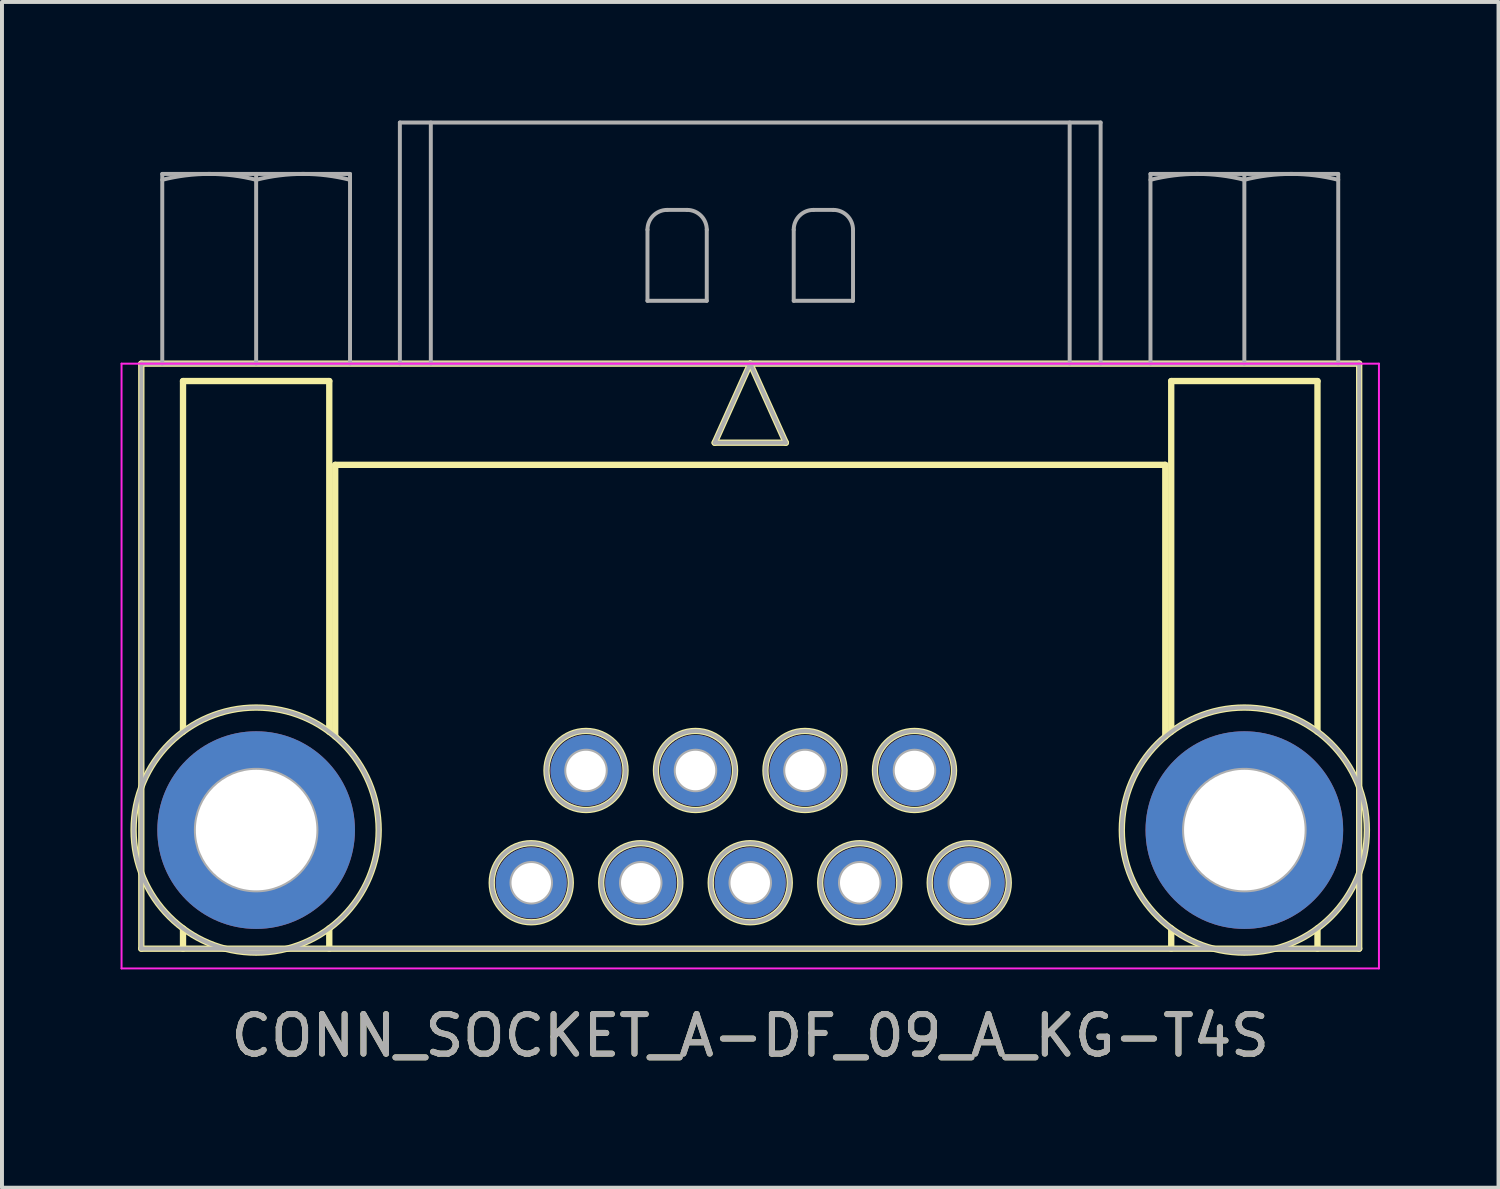
<source format=kicad_pcb>
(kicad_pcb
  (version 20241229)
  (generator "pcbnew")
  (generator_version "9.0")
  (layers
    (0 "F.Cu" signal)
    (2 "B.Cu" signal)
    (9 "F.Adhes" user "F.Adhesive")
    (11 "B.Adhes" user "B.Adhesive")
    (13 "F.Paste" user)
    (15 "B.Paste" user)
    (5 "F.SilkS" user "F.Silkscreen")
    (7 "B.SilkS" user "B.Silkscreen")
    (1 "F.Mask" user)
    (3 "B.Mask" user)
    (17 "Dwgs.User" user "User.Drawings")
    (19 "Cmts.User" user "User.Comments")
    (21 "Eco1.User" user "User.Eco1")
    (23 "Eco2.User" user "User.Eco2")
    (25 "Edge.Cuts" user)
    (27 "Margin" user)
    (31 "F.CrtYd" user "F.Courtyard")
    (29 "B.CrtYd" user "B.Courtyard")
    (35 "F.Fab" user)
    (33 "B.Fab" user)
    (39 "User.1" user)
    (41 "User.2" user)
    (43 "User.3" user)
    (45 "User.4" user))
  (footprint "CONN_SOCKET_A-DF_09_A_KG-T4S"
    (layer "F.Cu")
    (at 15.93 19.283)
    (property "Reference" "CONN_SOCKET_A-DF_09_A_KG-T4S" (at 0 3.867 180) (layer "F.SilkS") (effects (font (size 1 1) (thickness 0.15))))
    (attr through_hole)
    (fp_line (start -15.405 -13.133) (end 15.405 -13.133) (stroke (width 0.16) (type solid)) (layer "F.SilkS"))
    (fp_line (start -15.405 1.667) (end -15.405 -13.133) (stroke (width 0.16) (type solid)) (layer "F.SilkS"))
    (fp_line (start -14.35 -12.693) (end -14.35 -3.82) (stroke (width 0.16) (type solid)) (layer "F.SilkS"))
    (fp_line (start -14.35 1.667) (end -14.35 1.154) (stroke (width 0.16) (type solid)) (layer "F.SilkS"))
    (fp_line (start -10.65 -12.693) (end -14.35 -12.693) (stroke (width 0.16) (type solid)) (layer "F.SilkS"))
    (fp_line (start -10.65 -3.82) (end -10.65 -12.693) (stroke (width 0.16) (type solid)) (layer "F.SilkS"))
    (fp_line (start -10.65 1.667) (end -10.65 1.154) (stroke (width 0.16) (type solid)) (layer "F.SilkS"))
    (fp_line (start -10.5 -10.573) (end -10.5 -3.702) (stroke (width 0.16) (type solid)) (layer "F.SilkS"))
    (fp_line (start -0.9 -11.133) (end 0.9 -11.133) (stroke (width 0.16) (type solid)) (layer "F.SilkS"))
    (fp_line (start 0 -13.133) (end -0.9 -11.133) (stroke (width 0.16) (type solid)) (layer "F.SilkS"))
    (fp_line (start 0.9 -11.133) (end 0 -13.133) (stroke (width 0.16) (type solid)) (layer "F.SilkS"))
    (fp_line (start 10.5 -10.573) (end -10.5 -10.573) (stroke (width 0.16) (type solid)) (layer "F.SilkS"))
    (fp_line (start 10.5 -3.702) (end 10.5 -10.573) (stroke (width 0.16) (type solid)) (layer "F.SilkS"))
    (fp_line (start 10.65 -12.693) (end 14.35 -12.693) (stroke (width 0.16) (type solid)) (layer "F.SilkS"))
    (fp_line (start 10.65 -3.82) (end 10.65 -12.693) (stroke (width 0.16) (type solid)) (layer "F.SilkS"))
    (fp_line (start 10.65 1.667) (end 10.65 1.154) (stroke (width 0.16) (type solid)) (layer "F.SilkS"))
    (fp_line (start 14.35 -12.693) (end 14.35 -3.82) (stroke (width 0.16) (type solid)) (layer "F.SilkS"))
    (fp_line (start 14.35 1.667) (end 14.35 1.154) (stroke (width 0.16) (type solid)) (layer "F.SilkS"))
    (fp_line (start 15.405 -13.133) (end 15.405 1.667) (stroke (width 0.16) (type solid)) (layer "F.SilkS"))
    (fp_line (start 15.405 1.667) (end -15.405 1.667) (stroke (width 0.16) (type solid)) (layer "F.SilkS"))
    (fp_circle (center -12.5 -1.333) (end -9.4 -1.333) (stroke (width 0.16) (type solid)) (fill no) (layer "F.SilkS"))
    (fp_circle (center -5.54 -0.001) (end -4.54 -0.001) (stroke (width 0.16) (type solid)) (fill no) (layer "F.SilkS"))
    (fp_circle (center -4.155 -2.841) (end -3.155 -2.841) (stroke (width 0.16) (type solid)) (fill no) (layer "F.SilkS"))
    (fp_circle (center -2.77 -0.001) (end -1.77 -0.001) (stroke (width 0.16) (type solid)) (fill no) (layer "F.SilkS"))
    (fp_circle (center -1.385 -2.841) (end -0.385 -2.841) (stroke (width 0.16) (type solid)) (fill no) (layer "F.SilkS"))
    (fp_circle (center -0.000003 -0.001) (end 1 -0.001) (stroke (width 0.16) (type solid)) (fill no) (layer "F.SilkS"))
    (fp_circle (center 1.385 -2.841) (end 2.385 -2.841) (stroke (width 0.16) (type solid)) (fill no) (layer "F.SilkS"))
    (fp_circle (center 2.77 -0.001) (end 3.77 -0.001) (stroke (width 0.16) (type solid)) (fill no) (layer "F.SilkS"))
    (fp_circle (center 4.155 -2.841) (end 5.155 -2.841) (stroke (width 0.16) (type solid)) (fill no) (layer "F.SilkS"))
    (fp_circle (center 5.54 -0.001) (end 6.54 -0.001) (stroke (width 0.16) (type solid)) (fill no) (layer "F.SilkS"))
    (fp_circle (center 12.5 -1.333) (end 15.6 -1.333) (stroke (width 0.16) (type solid)) (fill no) (layer "F.SilkS"))
    (fp_line (start -15.905 -13.133) (end -15.905 2.167) (stroke (width 0.05) (type solid)) (layer "F.CrtYd"))
    (fp_line (start -15.905 2.167) (end 15.905 2.167) (stroke (width 0.05) (type solid)) (layer "F.CrtYd"))
    (fp_line (start 15.905 -13.133) (end -15.905 -13.133) (stroke (width 0.05) (type solid)) (layer "F.CrtYd"))
    (fp_line (start 15.905 2.167) (end 15.905 -13.133) (stroke (width 0.05) (type solid)) (layer "F.CrtYd"))
    (fp_line (start -15.405 -13.133) (end 15.405 -13.133) (stroke (width 0.1) (type solid)) (layer "F.Fab"))
    (fp_line (start -15.405 1.667) (end -15.405 -13.133) (stroke (width 0.1) (type solid)) (layer "F.Fab"))
    (fp_line (start -14.875 -17.933) (end -14.875 -13.133) (stroke (width 0.1) (type solid)) (layer "F.Fab"))
    (fp_line (start -12.5 -17.933) (end -12.5 -13.133) (stroke (width 0.1) (type solid)) (layer "F.Fab"))
    (fp_line (start -10.125 -17.933) (end -14.875 -17.933) (stroke (width 0.1) (type solid)) (layer "F.Fab"))
    (fp_line (start -10.125 -17.933) (end -10.125 -13.133) (stroke (width 0.1) (type solid)) (layer "F.Fab"))
    (fp_line (start -8.864 -19.233) (end -8.864 -13.133) (stroke (width 0.1) (type solid)) (layer "F.Fab"))
    (fp_line (start -8.081 -19.233) (end -8.081 -13.133) (stroke (width 0.1) (type solid)) (layer "F.Fab"))
    (fp_line (start -2.6 -14.723) (end -2.6 -16.523) (stroke (width 0.1) (type solid)) (layer "F.Fab"))
    (fp_line (start -2.1 -17.023) (end -1.6 -17.023) (stroke (width 0.1) (type solid)) (layer "F.Fab"))
    (fp_line (start -1.1 -16.523) (end -1.1 -14.723) (stroke (width 0.1) (type solid)) (layer "F.Fab"))
    (fp_line (start -1.1 -14.723) (end -2.6 -14.723) (stroke (width 0.1) (type solid)) (layer "F.Fab"))
    (fp_line (start -0.9 -11.133) (end 0.9 -11.133) (stroke (width 0.1) (type solid)) (layer "F.Fab"))
    (fp_line (start 0 -13.133) (end -0.9 -11.133) (stroke (width 0.1) (type solid)) (layer "F.Fab"))
    (fp_line (start 0.9 -11.133) (end 0 -13.133) (stroke (width 0.1) (type solid)) (layer "F.Fab"))
    (fp_line (start 1.1 -14.723) (end 1.1 -16.523) (stroke (width 0.1) (type solid)) (layer "F.Fab"))
    (fp_line (start 1.6 -17.023) (end 2.1 -17.023) (stroke (width 0.1) (type solid)) (layer "F.Fab"))
    (fp_line (start 2.6 -16.523) (end 2.6 -14.723) (stroke (width 0.1) (type solid)) (layer "F.Fab"))
    (fp_line (start 2.6 -14.723) (end 1.1 -14.723) (stroke (width 0.1) (type solid)) (layer "F.Fab"))
    (fp_line (start 8.081 -19.233) (end 8.081 -13.133) (stroke (width 0.1) (type solid)) (layer "F.Fab"))
    (fp_line (start 8.864 -19.233) (end -8.864 -19.233) (stroke (width 0.1) (type solid)) (layer "F.Fab"))
    (fp_line (start 8.864 -19.233) (end 8.864 -13.133) (stroke (width 0.1) (type solid)) (layer "F.Fab"))
    (fp_line (start 10.125 -17.933) (end 10.125 -13.133) (stroke (width 0.1) (type solid)) (layer "F.Fab"))
    (fp_line (start 12.5 -17.933) (end 12.5 -13.133) (stroke (width 0.1) (type solid)) (layer "F.Fab"))
    (fp_line (start 14.875 -17.933) (end 10.125 -17.933) (stroke (width 0.1) (type solid)) (layer "F.Fab"))
    (fp_line (start 14.875 -17.933) (end 14.875 -13.133) (stroke (width 0.1) (type solid)) (layer "F.Fab"))
    (fp_line (start 15.405 -13.133) (end 15.405 1.667) (stroke (width 0.1) (type solid)) (layer "F.Fab"))
    (fp_line (start 15.405 1.667) (end -15.405 1.667) (stroke (width 0.1) (type solid)) (layer "F.Fab"))
    (fp_arc (start -14.875 -17.783789) (mid -13.687501 -17.932999) (end -12.500001 -17.783789) (stroke (width 0.1) (type solid)) (layer "F.Fab"))
    (fp_arc (start -12.5 -17.783789) (mid -11.3125 -17.932999) (end -10.125 -17.783789) (stroke (width 0.1) (type solid)) (layer "F.Fab"))
    (fp_arc (start -2.600002 -16.523001) (mid -2.453555 -16.876554) (end -2.100002 -17.023001) (stroke (width 0.1) (type solid)) (layer "F.Fab"))
    (fp_arc (start -1.600001 -17.023001) (mid -1.246447 -16.876555) (end -1.100001 -16.523001) (stroke (width 0.1) (type solid)) (layer "F.Fab"))
    (fp_arc (start 1.099998 -16.523001) (mid 1.246445 -16.876554) (end 1.599998 -17.023001) (stroke (width 0.1) (type solid)) (layer "F.Fab"))
    (fp_arc (start 2.099999 -17.023001) (mid 2.453552 -16.876554) (end 2.599999 -16.523001) (stroke (width 0.1) (type solid)) (layer "F.Fab"))
    (fp_arc (start 10.125 -17.783789) (mid 11.3125 -17.932999) (end 12.499999 -17.783789) (stroke (width 0.1) (type solid)) (layer "F.Fab"))
    (fp_arc (start 12.5 -17.783789) (mid 13.6875 -17.932999) (end 14.875 -17.783789) (stroke (width 0.1) (type solid)) (layer "F.Fab"))
    (fp_circle (center -12.5 -1.333) (end -10.975 -1.333) (stroke (width 0.1) (type solid)) (fill no) (layer "F.Fab"))
    (fp_circle (center -12.5 -1.333) (end -9.4 -1.333) (stroke (width 0.1) (type solid)) (fill no) (layer "F.Fab"))
    (fp_circle (center -5.54 -0.001) (end -5.04 -0.001) (stroke (width 0.1) (type solid)) (fill no) (layer "F.Fab"))
    (fp_circle (center -5.54 -0.001) (end -4.54 -0.001) (stroke (width 0.1) (type solid)) (fill no) (layer "F.Fab"))
    (fp_circle (center -4.155 -2.841) (end -3.655 -2.841) (stroke (width 0.1) (type solid)) (fill no) (layer "F.Fab"))
    (fp_circle (center -4.155 -2.841) (end -3.155 -2.841) (stroke (width 0.1) (type solid)) (fill no) (layer "F.Fab"))
    (fp_circle (center -2.77 -0.001) (end -2.27 -0.001) (stroke (width 0.1) (type solid)) (fill no) (layer "F.Fab"))
    (fp_circle (center -2.77 -0.001) (end -1.77 -0.001) (stroke (width 0.1) (type solid)) (fill no) (layer "F.Fab"))
    (fp_circle (center -1.385 -2.841) (end -0.885 -2.841) (stroke (width 0.1) (type solid)) (fill no) (layer "F.Fab"))
    (fp_circle (center -1.385 -2.841) (end -0.385 -2.841) (stroke (width 0.1) (type solid)) (fill no) (layer "F.Fab"))
    (fp_circle (center -0.000003 -0.001) (end 0.5 -0.001) (stroke (width 0.1) (type solid)) (fill no) (layer "F.Fab"))
    (fp_circle (center -0.000003 -0.001) (end 1 -0.001) (stroke (width 0.1) (type solid)) (fill no) (layer "F.Fab"))
    (fp_circle (center 1.385 -2.841) (end 1.885 -2.841) (stroke (width 0.1) (type solid)) (fill no) (layer "F.Fab"))
    (fp_circle (center 1.385 -2.841) (end 2.385 -2.841) (stroke (width 0.1) (type solid)) (fill no) (layer "F.Fab"))
    (fp_circle (center 2.77 -0.001) (end 3.27 -0.001) (stroke (width 0.1) (type solid)) (fill no) (layer "F.Fab"))
    (fp_circle (center 2.77 -0.001) (end 3.77 -0.001) (stroke (width 0.1) (type solid)) (fill no) (layer "F.Fab"))
    (fp_circle (center 4.155 -2.841) (end 4.655 -2.841) (stroke (width 0.1) (type solid)) (fill no) (layer "F.Fab"))
    (fp_circle (center 4.155 -2.841) (end 5.155 -2.841) (stroke (width 0.1) (type solid)) (fill no) (layer "F.Fab"))
    (fp_circle (center 5.54 -0.001) (end 6.04 -0.001) (stroke (width 0.1) (type solid)) (fill no) (layer "F.Fab"))
    (fp_circle (center 5.54 -0.001) (end 6.54 -0.001) (stroke (width 0.1) (type solid)) (fill no) (layer "F.Fab"))
    (fp_circle (center 12.5 -1.333) (end 14.025 -1.333) (stroke (width 0.1) (type solid)) (fill no) (layer "F.Fab"))
    (fp_circle (center 12.5 -1.333) (end 15.6 -1.333) (stroke (width 0.1) (type solid)) (fill no) (layer "F.Fab"))
    (fp_text user "${REFERENCE}" (at 0 3.867 180) (layer "F.Fab") (effects (font (size 1 1) (thickness 0.15))))
    (pad "1" thru_hole circle (at -5.54 0 180) (size 1.8 1.8) (drill 1) (layers "*.Cu" "*.Mask"))
    (pad "2" thru_hole circle (at -2.77 0 180) (size 1.8 1.8) (drill 1) (layers "*.Cu" "*.Mask"))
    (pad "3" thru_hole circle (at 0 0 180) (size 1.8 1.8) (drill 1) (layers "*.Cu" "*.Mask"))
    (pad "4" thru_hole circle (at 2.77 0 180) (size 1.8 1.8) (drill 1) (layers "*.Cu" "*.Mask"))
    (pad "5" thru_hole circle (at 5.54 0 180) (size 1.8 1.8) (drill 1) (layers "*.Cu" "*.Mask"))
    (pad "6" thru_hole circle (at -4.155 -2.84 180) (size 1.8 1.8) (drill 1) (layers "*.Cu" "*.Mask"))
    (pad "7" thru_hole circle (at -1.385 -2.84 180) (size 1.8 1.8) (drill 1) (layers "*.Cu" "*.Mask"))
    (pad "8" thru_hole circle (at 1.385 -2.84 180) (size 1.8 1.8) (drill 1) (layers "*.Cu" "*.Mask"))
    (pad "9" thru_hole circle (at 4.155 -2.84 180) (size 1.8 1.8) (drill 1) (layers "*.Cu" "*.Mask"))
    (pad "10" thru_hole circle (at 12.5 -1.333 180) (size 5 5) (drill 3.05) (layers "*.Cu" "*.Mask"))
    (pad "11" thru_hole circle (at -12.5 -1.333 180) (size 5 5) (drill 3.05) (layers "*.Cu" "*.Mask")))
  (gr_rect
    (start -3 -3)
    (end 34.86 26.998)
    (stroke (width 0.1) (type default))
    (fill no)
    (layer "Edge.Cuts")))
</source>
